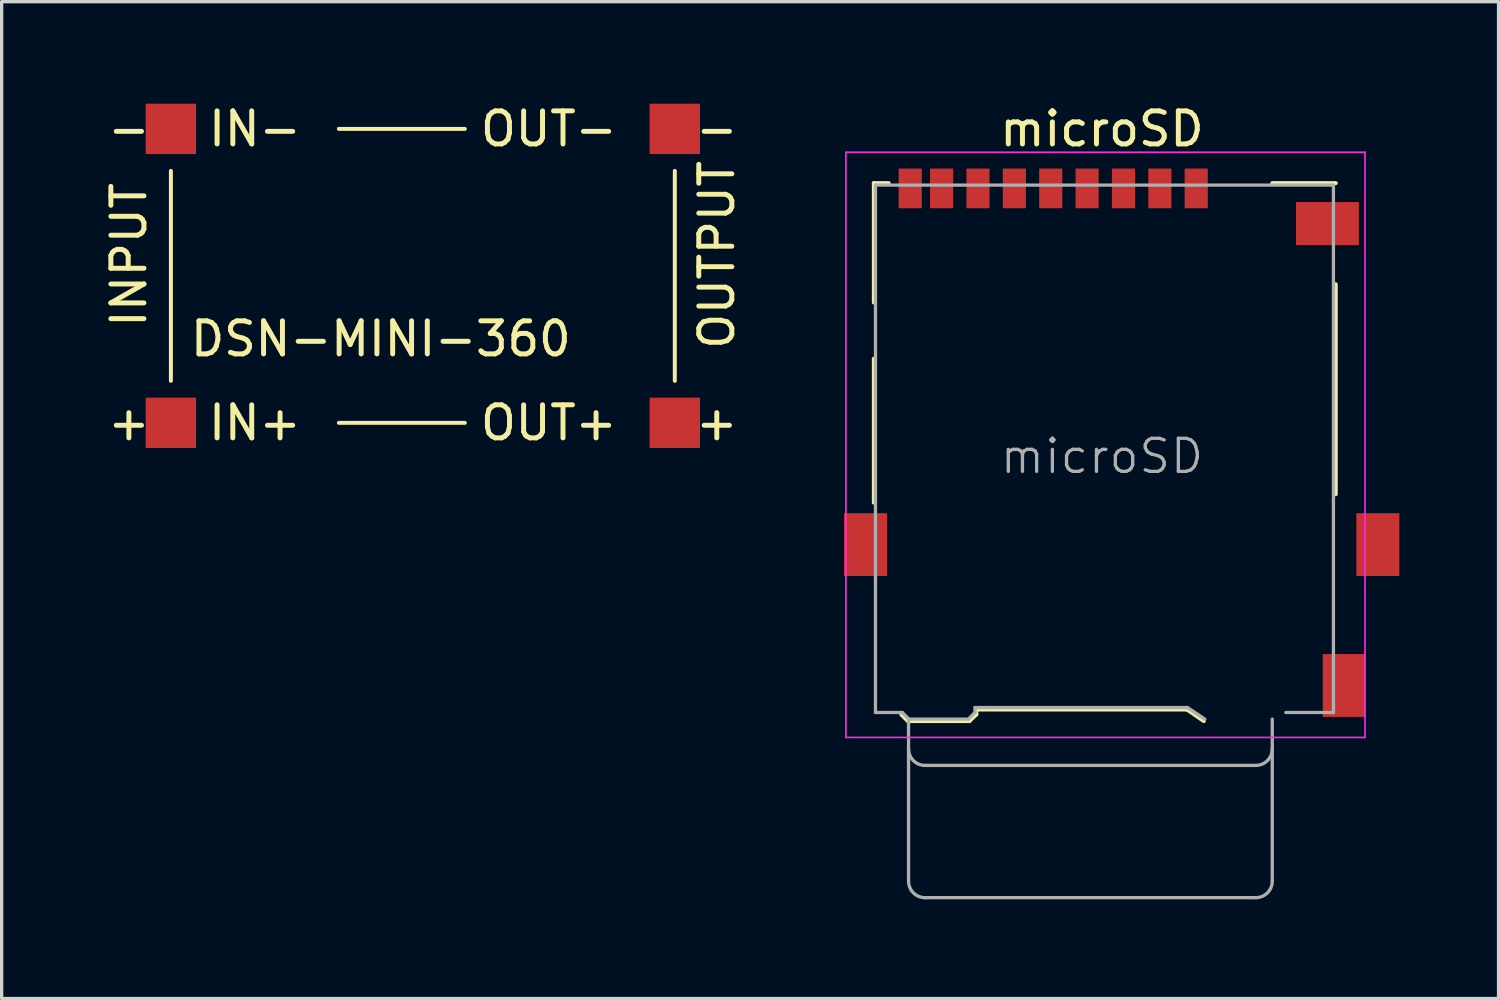
<source format=kicad_pcb>
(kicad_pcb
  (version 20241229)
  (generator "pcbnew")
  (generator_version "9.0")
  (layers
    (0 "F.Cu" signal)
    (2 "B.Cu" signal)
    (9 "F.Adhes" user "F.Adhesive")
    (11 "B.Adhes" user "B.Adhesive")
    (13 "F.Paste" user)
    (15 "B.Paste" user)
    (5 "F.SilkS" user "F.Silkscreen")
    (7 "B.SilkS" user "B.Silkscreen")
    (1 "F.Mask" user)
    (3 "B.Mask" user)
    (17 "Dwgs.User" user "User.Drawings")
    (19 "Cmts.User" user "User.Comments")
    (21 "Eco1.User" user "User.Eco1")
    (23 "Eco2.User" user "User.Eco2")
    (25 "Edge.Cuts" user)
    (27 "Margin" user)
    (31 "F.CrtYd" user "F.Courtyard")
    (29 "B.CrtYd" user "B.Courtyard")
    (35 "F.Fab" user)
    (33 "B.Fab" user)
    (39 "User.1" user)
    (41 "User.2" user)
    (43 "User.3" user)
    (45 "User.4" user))
  (footprint "DSN-MINI-360"
    (layer "F.Cu")
    (at 9.738 5.928)
    (property "Reference" "DSN-MINI-360" (at -1.27 1.27 0) (layer "F.SilkS") (effects (font (size 1 1) (thickness 0.15))))
    (attr through_hole)
    (fp_line (start -7.62 -3.81) (end -7.62 2.54) (stroke (width 0.12) (type solid)) (layer "F.SilkS"))
    (fp_line (start -2.54 -5.08) (end 1.27 -5.08) (stroke (width 0.12) (type solid)) (layer "F.SilkS"))
    (fp_line (start -2.54 3.81) (end 1.27 3.81) (stroke (width 0.12) (type solid)) (layer "F.SilkS"))
    (fp_line (start 7.62 -3.81) (end 7.62 2.54) (stroke (width 0.12) (type solid)) (layer "F.SilkS"))
    (fp_text user "-" (at 8.89 -5.08 0) (layer "F.SilkS") (effects (font (size 1 1) (thickness 0.15))))
    (fp_text user "OUTPUT" (at 8.89 -1.27 270) (layer "F.SilkS") (effects (font (size 1 1) (thickness 0.15))))
    (fp_text user "OUT+" (at 3.81 3.81 0) (layer "F.SilkS") (effects (font (size 1 1) (thickness 0.15))))
    (fp_text user "+" (at 8.89 3.81 0) (layer "F.SilkS") (effects (font (size 1 1) (thickness 0.15))))
    (fp_text user "IN-" (at -5.08 -5.08 0) (layer "F.SilkS") (effects (font (size 1 1) (thickness 0.15))))
    (fp_text user "IN+" (at -5.08 3.81 0) (layer "F.SilkS") (effects (font (size 1 1) (thickness 0.15))))
    (fp_text user "+" (at -8.89 3.81 0) (layer "F.SilkS") (effects (font (size 1 1) (thickness 0.15))))
    (fp_text user "-" (at -8.89 -5.08 0) (layer "F.SilkS") (effects (font (size 1 1) (thickness 0.15))))
    (fp_text user "OUT-" (at 3.81 -5.08 0) (layer "F.SilkS") (effects (font (size 1 1) (thickness 0.15))))
    (fp_text user "INPUT" (at -8.89 -1.27 90) (layer "F.SilkS") (effects (font (size 1 1) (thickness 0.15))))
    (pad "1" smd rect (at -7.62 -5.08) (size 1.524 1.524) (layers "F.Cu" "F.Mask" "F.Paste"))
    (pad "2" smd rect (at -7.62 3.81) (size 1.524 1.524) (layers "F.Cu" "F.Mask" "F.Paste"))
    (pad "3" smd rect (at 7.62 -5.08) (size 1.524 1.524) (layers "F.Cu" "F.Mask" "F.Paste"))
    (pad "4" smd rect (at 7.62 3.81) (size 1.524 1.524) (layers "F.Cu" "F.Mask" "F.Paste")))
  (footprint "microSD"
    (layer "F.Cu")
    (at 30.238 9.299)
    (property "Reference" "microSD" (at 0.039 -8.451 0) (layer "F.SilkS") (effects (font (size 1 1) (thickness 0.15))))
    (attr smd)
    (fp_line (start -6.861 -6.811) (end -6.861 -3.201) (stroke (width 0.12) (type solid)) (layer "F.SilkS"))
    (fp_line (start -6.861 -1.501) (end -6.861 2.852) (stroke (width 0.12) (type solid)) (layer "F.SilkS"))
    (fp_line (start -6.411 -6.811) (end -6.861 -6.811) (stroke (width 0.12) (type solid)) (layer "F.SilkS"))
    (fp_line (start -5.831 9.459) (end -6.031 9.259) (stroke (width 0.12) (type solid)) (layer "F.SilkS"))
    (fp_line (start -5.831 9.459) (end -3.971 9.459) (stroke (width 0.12) (type solid)) (layer "F.SilkS"))
    (fp_line (start -3.971 9.459) (end -3.761 9.259) (stroke (width 0.12) (type solid)) (layer "F.SilkS"))
    (fp_line (start -3.761 9.109) (end -3.761 9.259) (stroke (width 0.12) (type solid)) (layer "F.SilkS"))
    (fp_line (start -3.761 9.109) (end 2.609 9.109) (stroke (width 0.12) (type solid)) (layer "F.SilkS"))
    (fp_line (start 3.119 9.459) (end 2.609 9.109) (stroke (width 0.12) (type solid)) (layer "F.SilkS"))
    (fp_line (start 5.189 -6.811) (end 7.109 -6.811) (stroke (width 0.12) (type solid)) (layer "F.SilkS"))
    (fp_line (start 7.109 -3.752) (end 7.109 2.598) (stroke (width 0.12) (type solid)) (layer "F.SilkS"))
    (fp_line (start -7.706 -7.746) (end 7.994 -7.746) (stroke (width 0.05) (type solid)) (layer "F.CrtYd"))
    (fp_line (start -7.706 9.954) (end -7.706 -7.746) (stroke (width 0.05) (type solid)) (layer "F.CrtYd"))
    (fp_line (start 7.994 -7.746) (end 7.994 9.954) (stroke (width 0.05) (type solid)) (layer "F.CrtYd"))
    (fp_line (start 7.994 9.954) (end -7.706 9.954) (stroke (width 0.05) (type solid)) (layer "F.CrtYd"))
    (fp_line (start -6.811 9.199) (end -6.811 -6.751) (stroke (width 0.1) (type solid)) (layer "F.Fab"))
    (fp_line (start -6.001 9.199) (end -6.811 9.199) (stroke (width 0.1) (type solid)) (layer "F.Fab"))
    (fp_line (start -5.811 9.399) (end -5.811 14.299) (stroke (width 0.1) (type solid)) (layer "F.Fab"))
    (fp_line (start -5.801 9.399) (end -6.001 9.199) (stroke (width 0.1) (type solid)) (layer "F.Fab"))
    (fp_line (start -5.311 10.799) (end 4.689 10.799) (stroke (width 0.1) (type solid)) (layer "F.Fab"))
    (fp_line (start -5.311 14.799) (end 4.689 14.799) (stroke (width 0.1) (type solid)) (layer "F.Fab"))
    (fp_line (start -4.001 9.399) (end -5.801 9.399) (stroke (width 0.1) (type solid)) (layer "F.Fab"))
    (fp_line (start -3.801 9.199) (end -4.001 9.399) (stroke (width 0.1) (type solid)) (layer "F.Fab"))
    (fp_line (start -3.801 9.199) (end -3.801 9.049) (stroke (width 0.1) (type solid)) (layer "F.Fab"))
    (fp_line (start 2.624 9.049) (end -3.801 9.049) (stroke (width 0.1) (type solid)) (layer "F.Fab"))
    (fp_line (start 3.149 9.399) (end 2.624 9.049) (stroke (width 0.1) (type solid)) (layer "F.Fab"))
    (fp_line (start 5.189 14.299) (end 5.189 9.399) (stroke (width 0.1) (type solid)) (layer "F.Fab"))
    (fp_line (start 5.599 9.199) (end 7.039 9.199) (stroke (width 0.1) (type solid)) (layer "F.Fab"))
    (fp_line (start 7.039 -6.751) (end -6.811 -6.751) (stroke (width 0.1) (type solid)) (layer "F.Fab"))
    (fp_line (start 7.039 9.199) (end 7.039 -6.751) (stroke (width 0.1) (type solid)) (layer "F.Fab"))
    (fp_arc (start -5.310735 10.799355) (mid -5.664288 10.652908) (end -5.810735 10.299355) (stroke (width 0.1) (type solid)) (layer "F.Fab"))
    (fp_arc (start -5.310735 14.799355) (mid -5.664288 14.652908) (end -5.810735 14.299355) (stroke (width 0.1) (type solid)) (layer "F.Fab"))
    (fp_arc (start 5.189265 10.299355) (mid 5.042818 10.652908) (end 4.689265 10.799355) (stroke (width 0.1) (type solid)) (layer "F.Fab"))
    (fp_arc (start 5.189265 14.299355) (mid 5.042818 14.652908) (end 4.689265 14.799355) (stroke (width 0.1) (type solid)) (layer "F.Fab"))
    (fp_text user "${REFERENCE}" (at 0.039 1.449 0) (layer "F.Fab") (effects (font (size 1 1) (thickness 0.1))))
    (pad "1" smd rect (at 2.889 -6.651) (size 0.7 1.2) (layers "F.Cu" "F.Mask" "F.Paste"))
    (pad "2" smd rect (at 1.789 -6.651) (size 0.7 1.2) (layers "F.Cu" "F.Mask" "F.Paste"))
    (pad "3" smd rect (at 0.689 -6.651) (size 0.7 1.2) (layers "F.Cu" "F.Mask" "F.Paste"))
    (pad "4" smd rect (at -0.411 -6.651) (size 0.7 1.2) (layers "F.Cu" "F.Mask" "F.Paste"))
    (pad "5" smd rect (at -1.511 -6.651) (size 0.7 1.2) (layers "F.Cu" "F.Mask" "F.Paste"))
    (pad "6" smd rect (at -2.611 -6.651) (size 0.7 1.2) (layers "F.Cu" "F.Mask" "F.Paste"))
    (pad "7" smd rect (at -3.711 -6.651) (size 0.7 1.2) (layers "F.Cu" "F.Mask" "F.Paste"))
    (pad "8" smd rect (at -4.811 -6.651) (size 0.7 1.2) (layers "F.Cu" "F.Mask" "F.Paste"))
    (pad "9" smd rect (at -5.761 -6.651) (size 0.7 1.2) (layers "F.Cu" "F.Mask" "F.Paste"))
    (pad "11" smd rect (at -7.112 4.122) (size 1.3 1.9) (layers "F.Cu" "F.Mask" "F.Paste"))
    (pad "11" smd rect (at 6.858 -5.588 90) (size 1.3 1.9) (layers "F.Cu" "F.Mask" "F.Paste"))
    (pad "11" smd rect (at 7.366 8.382) (size 1.3 1.9) (layers "F.Cu" "F.Mask" "F.Paste"))
    (pad "11" smd rect (at 8.382 4.122) (size 1.3 1.9) (layers "F.Cu" "F.Mask" "F.Paste")))
  (gr_rect
    (start -3 -3)
    (end 42.27 27.148)
    (stroke (width 0.1) (type default))
    (fill no)
    (layer "Edge.Cuts")))
</source>
